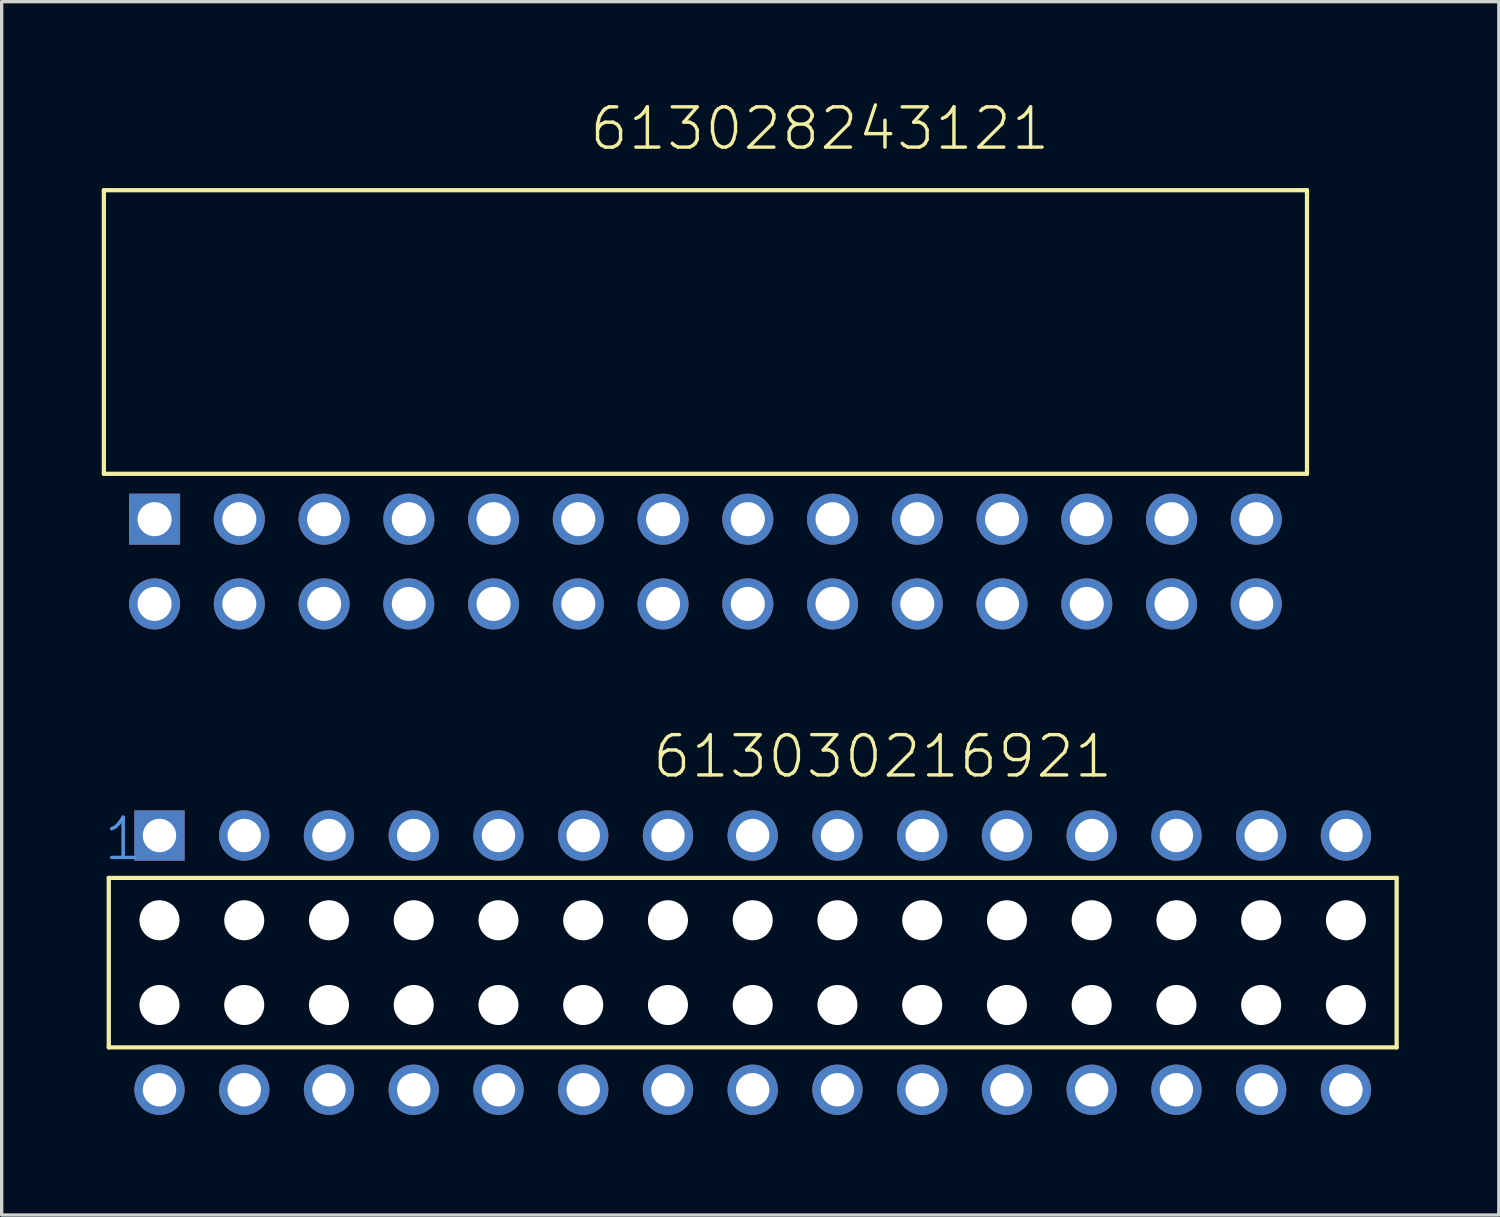
<source format=kicad_pcb>
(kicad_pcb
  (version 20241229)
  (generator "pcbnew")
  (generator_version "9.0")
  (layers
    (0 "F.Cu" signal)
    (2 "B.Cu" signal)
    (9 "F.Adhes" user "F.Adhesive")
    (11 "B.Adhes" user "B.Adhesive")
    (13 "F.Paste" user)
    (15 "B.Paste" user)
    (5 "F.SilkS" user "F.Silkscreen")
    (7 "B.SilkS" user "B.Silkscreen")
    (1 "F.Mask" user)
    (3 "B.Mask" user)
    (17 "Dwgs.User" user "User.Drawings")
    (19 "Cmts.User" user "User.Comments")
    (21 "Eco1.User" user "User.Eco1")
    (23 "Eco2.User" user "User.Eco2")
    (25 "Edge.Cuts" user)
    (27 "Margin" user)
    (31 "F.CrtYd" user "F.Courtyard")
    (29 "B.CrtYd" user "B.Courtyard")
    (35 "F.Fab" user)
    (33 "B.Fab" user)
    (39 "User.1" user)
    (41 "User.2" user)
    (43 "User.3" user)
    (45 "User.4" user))
  (footprint "613028243121"
    (layer "F.Cu")
    (at 18.093 12.511)
    (property "Reference" "613028243121" (at -3.53 -11 0) (layer "F.SilkS") (effects (font (size 1.206 1.206) (thickness 0.102)) (justify left bottom)))
    (attr through_hole)
    (fp_line (start -18.03 -9.86) (end -18.03 -1.36) (stroke (width 0.127) (type solid)) (layer "F.SilkS"))
    (fp_line (start -18.03 -9.86) (end 18.03 -9.86) (stroke (width 0.127) (type solid)) (layer "F.SilkS"))
    (fp_line (start -18.03 -1.36) (end 18.03 -1.36) (stroke (width 0.127) (type solid)) (layer "F.SilkS"))
    (fp_line (start 18.03 -1.36) (end 18.03 -9.86) (stroke (width 0.127) (type solid)) (layer "F.SilkS"))
    (pad "1" thru_hole rect (at -16.51 0) (size 1.53 1.53) (drill 1.02) (layers "*.Cu" "*.Mask"))
    (pad "2" thru_hole circle (at -13.97 0) (size 1.53 1.53) (drill 1.02) (layers "*.Cu" "*.Mask"))
    (pad "3" thru_hole circle (at -11.43 0) (size 1.53 1.53) (drill 1.02) (layers "*.Cu" "*.Mask"))
    (pad "4" thru_hole circle (at -8.89 0) (size 1.53 1.53) (drill 1.02) (layers "*.Cu" "*.Mask"))
    (pad "5" thru_hole circle (at -6.35 0) (size 1.53 1.53) (drill 1.02) (layers "*.Cu" "*.Mask"))
    (pad "6" thru_hole circle (at -3.81 0) (size 1.53 1.53) (drill 1.02) (layers "*.Cu" "*.Mask"))
    (pad "7" thru_hole circle (at -1.27 0) (size 1.53 1.53) (drill 1.02) (layers "*.Cu" "*.Mask"))
    (pad "8" thru_hole circle (at 1.27 0) (size 1.53 1.53) (drill 1.02) (layers "*.Cu" "*.Mask"))
    (pad "9" thru_hole circle (at 3.81 0) (size 1.53 1.53) (drill 1.02) (layers "*.Cu" "*.Mask"))
    (pad "10" thru_hole circle (at 6.35 0) (size 1.53 1.53) (drill 1.02) (layers "*.Cu" "*.Mask"))
    (pad "11" thru_hole circle (at 8.89 0) (size 1.53 1.53) (drill 1.02) (layers "*.Cu" "*.Mask"))
    (pad "12" thru_hole circle (at 11.43 0) (size 1.53 1.53) (drill 1.02) (layers "*.Cu" "*.Mask"))
    (pad "13" thru_hole circle (at 13.97 0) (size 1.53 1.53) (drill 1.02) (layers "*.Cu" "*.Mask"))
    (pad "14" thru_hole circle (at 16.51 0) (size 1.53 1.53) (drill 1.02) (layers "*.Cu" "*.Mask"))
    (pad "15" thru_hole circle (at 16.51 2.54) (size 1.53 1.53) (drill 1.02) (layers "*.Cu" "*.Mask"))
    (pad "16" thru_hole circle (at 13.97 2.54) (size 1.53 1.53) (drill 1.02) (layers "*.Cu" "*.Mask"))
    (pad "17" thru_hole circle (at 11.43 2.54) (size 1.53 1.53) (drill 1.02) (layers "*.Cu" "*.Mask"))
    (pad "18" thru_hole circle (at 8.89 2.54) (size 1.53 1.53) (drill 1.02) (layers "*.Cu" "*.Mask"))
    (pad "19" thru_hole circle (at 6.35 2.54) (size 1.53 1.53) (drill 1.02) (layers "*.Cu" "*.Mask"))
    (pad "20" thru_hole circle (at 3.81 2.54) (size 1.53 1.53) (drill 1.02) (layers "*.Cu" "*.Mask"))
    (pad "21" thru_hole circle (at 1.27 2.54) (size 1.53 1.53) (drill 1.02) (layers "*.Cu" "*.Mask"))
    (pad "22" thru_hole circle (at -1.27 2.54) (size 1.53 1.53) (drill 1.02) (layers "*.Cu" "*.Mask"))
    (pad "23" thru_hole circle (at -3.81 2.54) (size 1.53 1.53) (drill 1.02) (layers "*.Cu" "*.Mask"))
    (pad "24" thru_hole circle (at -6.35 2.54) (size 1.53 1.53) (drill 1.02) (layers "*.Cu" "*.Mask"))
    (pad "25" thru_hole circle (at -8.89 2.54) (size 1.53 1.53) (drill 1.02) (layers "*.Cu" "*.Mask"))
    (pad "26" thru_hole circle (at -11.43 2.54) (size 1.53 1.53) (drill 1.02) (layers "*.Cu" "*.Mask"))
    (pad "27" thru_hole circle (at -13.97 2.54) (size 1.53 1.53) (drill 1.02) (layers "*.Cu" "*.Mask"))
    (pad "28" thru_hole circle (at -16.51 2.54) (size 1.53 1.53) (drill 1.02) (layers "*.Cu" "*.Mask")))
  (footprint "613030216921"
    (layer "F.Cu")
    (at 19.51 25.802)
    (property "Reference" "613030216921" (at -3.063 -5.474 0) (layer "F.SilkS") (effects (font (size 1.206 1.206) (thickness 0.102)) (justify left bottom)))
    (attr through_hole)
    (fp_line (start -19.3 -2.54) (end -19.3 2.54) (stroke (width 0.127) (type solid)) (layer "F.SilkS"))
    (fp_line (start -19.3 2.54) (end 19.3 2.54) (stroke (width 0.127) (type solid)) (layer "F.SilkS"))
    (fp_line (start 19.3 -2.54) (end -19.3 -2.54) (stroke (width 0.127) (type solid)) (layer "F.SilkS"))
    (fp_line (start 19.3 2.54) (end 19.3 -2.54) (stroke (width 0.127) (type solid)) (layer "F.SilkS"))
    (fp_text user "1" (at -19.51 -3 0) (layer "Cmts.User") (effects (font (size 1.206 1.206) (thickness 0.102)) (justify left bottom)))
    (pad "" np_thru_hole circle (at -17.78 -1.27) (size 1.2 1.2) (drill 1.2) (layers "*.Cu"))
    (pad "" np_thru_hole circle (at -17.78 1.27) (size 1.2 1.2) (drill 1.2) (layers "*.Cu"))
    (pad "" np_thru_hole circle (at -15.24 -1.27) (size 1.2 1.2) (drill 1.2) (layers "*.Cu"))
    (pad "" np_thru_hole circle (at -15.24 1.27) (size 1.2 1.2) (drill 1.2) (layers "*.Cu"))
    (pad "" np_thru_hole circle (at -12.7 -1.27) (size 1.2 1.2) (drill 1.2) (layers "*.Cu"))
    (pad "" np_thru_hole circle (at -12.7 1.27) (size 1.2 1.2) (drill 1.2) (layers "*.Cu"))
    (pad "" np_thru_hole circle (at -10.16 -1.27) (size 1.2 1.2) (drill 1.2) (layers "*.Cu"))
    (pad "" np_thru_hole circle (at -10.16 1.27) (size 1.2 1.2) (drill 1.2) (layers "*.Cu"))
    (pad "" np_thru_hole circle (at -7.62 -1.27) (size 1.2 1.2) (drill 1.2) (layers "*.Cu"))
    (pad "" np_thru_hole circle (at -7.62 1.27) (size 1.2 1.2) (drill 1.2) (layers "*.Cu"))
    (pad "" np_thru_hole circle (at -5.08 -1.27) (size 1.2 1.2) (drill 1.2) (layers "*.Cu"))
    (pad "" np_thru_hole circle (at -5.08 1.27) (size 1.2 1.2) (drill 1.2) (layers "*.Cu"))
    (pad "" np_thru_hole circle (at -2.54 -1.27) (size 1.2 1.2) (drill 1.2) (layers "*.Cu"))
    (pad "" np_thru_hole circle (at -2.54 1.27) (size 1.2 1.2) (drill 1.2) (layers "*.Cu"))
    (pad "" np_thru_hole circle (at 0 -1.27) (size 1.2 1.2) (drill 1.2) (layers "*.Cu"))
    (pad "" np_thru_hole circle (at 0 1.27) (size 1.2 1.2) (drill 1.2) (layers "*.Cu"))
    (pad "" np_thru_hole circle (at 2.54 -1.27) (size 1.2 1.2) (drill 1.2) (layers "*.Cu"))
    (pad "" np_thru_hole circle (at 2.54 1.27) (size 1.2 1.2) (drill 1.2) (layers "*.Cu"))
    (pad "" np_thru_hole circle (at 5.08 -1.27) (size 1.2 1.2) (drill 1.2) (layers "*.Cu"))
    (pad "" np_thru_hole circle (at 5.08 1.27) (size 1.2 1.2) (drill 1.2) (layers "*.Cu"))
    (pad "" np_thru_hole circle (at 7.62 -1.27) (size 1.2 1.2) (drill 1.2) (layers "*.Cu"))
    (pad "" np_thru_hole circle (at 7.62 1.27) (size 1.2 1.2) (drill 1.2) (layers "*.Cu"))
    (pad "" np_thru_hole circle (at 10.16 -1.27) (size 1.2 1.2) (drill 1.2) (layers "*.Cu"))
    (pad "" np_thru_hole circle (at 10.16 1.27) (size 1.2 1.2) (drill 1.2) (layers "*.Cu"))
    (pad "" np_thru_hole circle (at 12.7 -1.27) (size 1.2 1.2) (drill 1.2) (layers "*.Cu"))
    (pad "" np_thru_hole circle (at 12.7 1.27) (size 1.2 1.2) (drill 1.2) (layers "*.Cu"))
    (pad "" np_thru_hole circle (at 15.24 -1.27) (size 1.2 1.2) (drill 1.2) (layers "*.Cu"))
    (pad "" np_thru_hole circle (at 15.24 1.27) (size 1.2 1.2) (drill 1.2) (layers "*.Cu"))
    (pad "" np_thru_hole circle (at 17.78 -1.27) (size 1.2 1.2) (drill 1.2) (layers "*.Cu"))
    (pad "" np_thru_hole circle (at 17.78 1.27) (size 1.2 1.2) (drill 1.2) (layers "*.Cu"))
    (pad "1" thru_hole rect (at -17.78 -3.81) (size 1.508 1.508) (drill 1) (layers "*.Cu" "*.Mask"))
    (pad "2" thru_hole circle (at -15.24 -3.81) (size 1.508 1.508) (drill 1) (layers "*.Cu" "*.Mask"))
    (pad "3" thru_hole circle (at -12.7 -3.81) (size 1.508 1.508) (drill 1) (layers "*.Cu" "*.Mask"))
    (pad "4" thru_hole circle (at -10.16 -3.81) (size 1.508 1.508) (drill 1) (layers "*.Cu" "*.Mask"))
    (pad "5" thru_hole circle (at -7.62 -3.81) (size 1.508 1.508) (drill 1) (layers "*.Cu" "*.Mask"))
    (pad "6" thru_hole circle (at -5.08 -3.81) (size 1.508 1.508) (drill 1) (layers "*.Cu" "*.Mask"))
    (pad "7" thru_hole circle (at -2.54 -3.81) (size 1.508 1.508) (drill 1) (layers "*.Cu" "*.Mask"))
    (pad "8" thru_hole circle (at 0 -3.81) (size 1.508 1.508) (drill 1) (layers "*.Cu" "*.Mask"))
    (pad "9" thru_hole circle (at 2.54 -3.81) (size 1.508 1.508) (drill 1) (layers "*.Cu" "*.Mask"))
    (pad "10" thru_hole circle (at 5.08 -3.81) (size 1.508 1.508) (drill 1) (layers "*.Cu" "*.Mask"))
    (pad "11" thru_hole circle (at 7.62 -3.81) (size 1.508 1.508) (drill 1) (layers "*.Cu" "*.Mask"))
    (pad "12" thru_hole circle (at 10.16 -3.81) (size 1.508 1.508) (drill 1) (layers "*.Cu" "*.Mask"))
    (pad "13" thru_hole circle (at 12.7 -3.81) (size 1.508 1.508) (drill 1) (layers "*.Cu" "*.Mask"))
    (pad "14" thru_hole circle (at 15.24 -3.81) (size 1.508 1.508) (drill 1) (layers "*.Cu" "*.Mask"))
    (pad "15" thru_hole circle (at 17.78 -3.81) (size 1.508 1.508) (drill 1) (layers "*.Cu" "*.Mask"))
    (pad "16" thru_hole circle (at 17.78 3.81) (size 1.508 1.508) (drill 1) (layers "*.Cu" "*.Mask"))
    (pad "17" thru_hole circle (at 15.24 3.81) (size 1.508 1.508) (drill 1) (layers "*.Cu" "*.Mask"))
    (pad "18" thru_hole circle (at 12.7 3.81) (size 1.508 1.508) (drill 1) (layers "*.Cu" "*.Mask"))
    (pad "19" thru_hole circle (at 10.16 3.81) (size 1.508 1.508) (drill 1) (layers "*.Cu" "*.Mask"))
    (pad "20" thru_hole circle (at 7.62 3.81) (size 1.508 1.508) (drill 1) (layers "*.Cu" "*.Mask"))
    (pad "21" thru_hole circle (at 5.08 3.81) (size 1.508 1.508) (drill 1) (layers "*.Cu" "*.Mask"))
    (pad "22" thru_hole circle (at 2.54 3.81) (size 1.508 1.508) (drill 1) (layers "*.Cu" "*.Mask"))
    (pad "23" thru_hole circle (at 0 3.81) (size 1.508 1.508) (drill 1) (layers "*.Cu" "*.Mask"))
    (pad "24" thru_hole circle (at -2.54 3.81) (size 1.508 1.508) (drill 1) (layers "*.Cu" "*.Mask"))
    (pad "25" thru_hole circle (at -5.08 3.81) (size 1.508 1.508) (drill 1) (layers "*.Cu" "*.Mask"))
    (pad "26" thru_hole circle (at -7.62 3.81) (size 1.508 1.508) (drill 1) (layers "*.Cu" "*.Mask"))
    (pad "27" thru_hole circle (at -10.16 3.81) (size 1.508 1.508) (drill 1) (layers "*.Cu" "*.Mask"))
    (pad "28" thru_hole circle (at -12.7 3.81) (size 1.508 1.508) (drill 1) (layers "*.Cu" "*.Mask"))
    (pad "29" thru_hole circle (at -15.24 3.81) (size 1.508 1.508) (drill 1) (layers "*.Cu" "*.Mask"))
    (pad "30" thru_hole circle (at -17.78 3.81) (size 1.508 1.508) (drill 1) (layers "*.Cu" "*.Mask")))
  (gr_rect
    (start -3 -3)
    (end 41.873 33.366)
    (stroke (width 0.1) (type default))
    (fill no)
    (layer "Edge.Cuts")))
</source>
